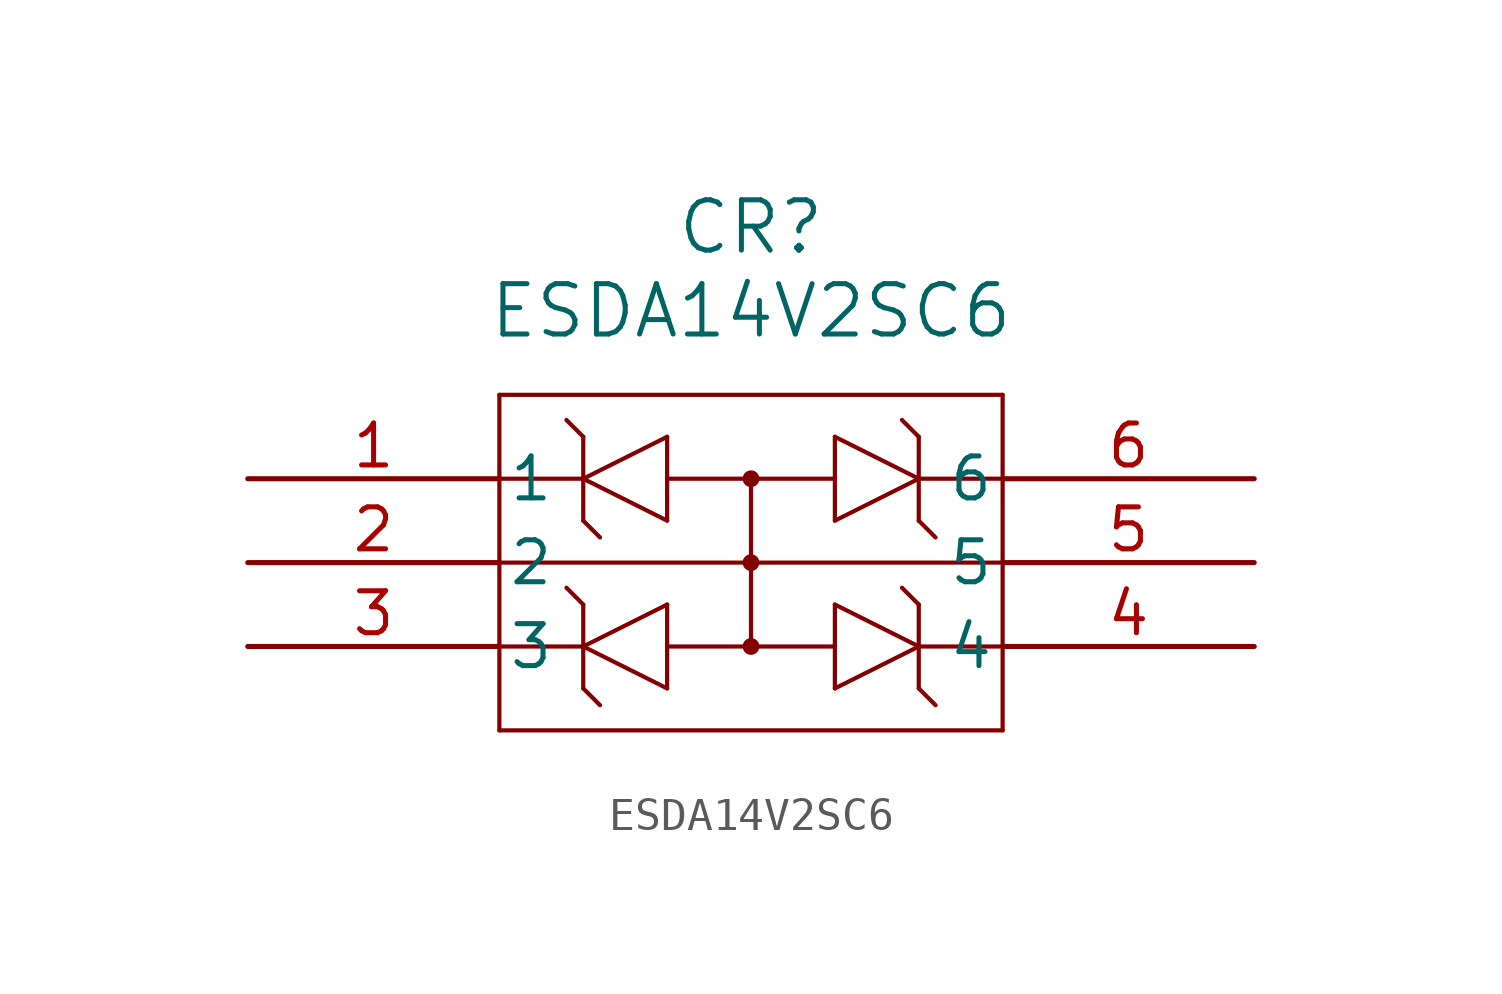
<source format=kicad_sym>
(kicad_symbol_lib
  (version 20211014)
  (generator kicad_symbol_editor)
  (symbol "ESDA14V2SC6"
    (pin_names
      (offset 0.254))
    (property "Reference" "CR"
      (at 15.24 7.62 0)
      (effects (font (size 1.524 1.524))))
    (property "Value" "ESDA14V2SC6"
      (at 15.24 5.08 0)
      (effects (font (size 1.524 1.524))))
    (symbol "ESDA14V2SC6_0_1"
      (polyline (pts (xy 7.62 2.54) (xy 7.62 -7.62)) (stroke (width 0.127) (type default) (color 0 0 0 0)) (fill (type none)))
      (polyline (pts (xy 15.24 0) (xy 15.24 -5.08)) (stroke (width 0.127) (type default) (color 0 0 0 0)) (fill (type none)))
      (polyline (pts (xy 22.86 -7.62) (xy 22.86 2.54)) (stroke (width 0.127) (type default) (color 0 0 0 0)) (fill (type none)))
      (polyline (pts (xy 22.86 2.54) (xy 7.62 2.54)) (stroke (width 0.127) (type default) (color 0 0 0 0)) (fill (type none)))
      (polyline (pts (xy 7.62 -7.62) (xy 22.86 -7.62)) (stroke (width 0.127) (type default) (color 0 0 0 0)) (fill (type none)))
      (polyline (pts (xy 15.24 -2.54) (xy 7.62 -2.54)) (stroke (width 0.127) (type default) (color 0 0 0 0)) (fill (type none)))
      (polyline (pts (xy 12.7 0) (xy 17.78 0)) (stroke (width 0.127) (type default) (color 0 0 0 0)) (fill (type none)))
      (polyline (pts (xy 12.7 -5.08) (xy 17.78 -5.08)) (stroke (width 0.127) (type default) (color 0 0 0 0)) (fill (type none)))
      (polyline (pts (xy 10.16 0) (xy 7.62 0)) (stroke (width 0.127) (type default) (color 0 0 0 0)) (fill (type none)))
      (polyline (pts (xy 7.62 -5.08) (xy 10.16 -5.08)) (stroke (width 0.127) (type default) (color 0 0 0 0)) (fill (type none)))
      (polyline (pts (xy 12.7 -3.81) (xy 12.7 -6.35)) (stroke (width 0.127) (type default) (color 0 0 0 0)) (fill (type none)))
      (polyline (pts (xy 12.7 -6.35) (xy 10.16 -5.08)) (stroke (width 0.127) (type default) (color 0 0 0 0)) (fill (type none)))
      (polyline (pts (xy 10.16 -5.08) (xy 12.7 -3.81)) (stroke (width 0.127) (type default) (color 0 0 0 0)) (fill (type none)))
      (polyline (pts (xy 10.16 -3.81) (xy 10.16 -6.35)) (stroke (width 0.127) (type default) (color 0 0 0 0)) (fill (type none)))
      (polyline (pts (xy 10.16 -3.81) (xy 9.652 -3.302)) (stroke (width 0.127) (type default) (color 0 0 0 0)) (fill (type none)))
      (polyline (pts (xy 10.16 -6.35) (xy 10.668 -6.858)) (stroke (width 0.127) (type default) (color 0 0 0 0)) (fill (type none)))
      (polyline (pts (xy 12.7 1.27) (xy 12.7 -1.27)) (stroke (width 0.127) (type default) (color 0 0 0 0)) (fill (type none)))
      (polyline (pts (xy 12.7 -1.27) (xy 10.16 0)) (stroke (width 0.127) (type default) (color 0 0 0 0)) (fill (type none)))
      (polyline (pts (xy 10.16 0) (xy 12.7 1.27)) (stroke (width 0.127) (type default) (color 0 0 0 0)) (fill (type none)))
      (polyline (pts (xy 10.16 1.27) (xy 10.16 -1.27)) (stroke (width 0.127) (type default) (color 0 0 0 0)) (fill (type none)))
      (polyline (pts (xy 10.16 1.27) (xy 9.652 1.778)) (stroke (width 0.127) (type default) (color 0 0 0 0)) (fill (type none)))
      (polyline (pts (xy 10.16 -1.27) (xy 10.668 -1.778)) (stroke (width 0.127) (type default) (color 0 0 0 0)) (fill (type none)))
      (polyline (pts (xy 20.32 0) (xy 22.86 0)) (stroke (width 0.127) (type default) (color 0 0 0 0)) (fill (type none)))
      (polyline (pts (xy 22.86 -5.08) (xy 20.32 -5.08)) (stroke (width 0.127) (type default) (color 0 0 0 0)) (fill (type none)))
      (polyline (pts (xy 17.78 -3.81) (xy 17.78 -6.35)) (stroke (width 0.127) (type default) (color 0 0 0 0)) (fill (type none)))
      (polyline (pts (xy 17.78 -6.35) (xy 20.32 -5.08)) (stroke (width 0.127) (type default) (color 0 0 0 0)) (fill (type none)))
      (polyline (pts (xy 20.32 -5.08) (xy 17.78 -3.81)) (stroke (width 0.127) (type default) (color 0 0 0 0)) (fill (type none)))
      (polyline (pts (xy 20.32 -3.81) (xy 20.32 -6.35)) (stroke (width 0.127) (type default) (color 0 0 0 0)) (fill (type none)))
      (polyline (pts (xy 20.32 -3.81) (xy 19.812 -3.302)) (stroke (width 0.127) (type default) (color 0 0 0 0)) (fill (type none)))
      (polyline (pts (xy 20.32 -6.35) (xy 20.828 -6.858)) (stroke (width 0.127) (type default) (color 0 0 0 0)) (fill (type none)))
      (polyline (pts (xy 17.78 1.27) (xy 17.78 -1.27)) (stroke (width 0.127) (type default) (color 0 0 0 0)) (fill (type none)))
      (polyline (pts (xy 17.78 -1.27) (xy 20.32 0)) (stroke (width 0.127) (type default) (color 0 0 0 0)) (fill (type none)))
      (polyline (pts (xy 20.32 0) (xy 17.78 1.27)) (stroke (width 0.127) (type default) (color 0 0 0 0)) (fill (type none)))
      (polyline (pts (xy 20.32 1.27) (xy 20.32 -1.27)) (stroke (width 0.127) (type default) (color 0 0 0 0)) (fill (type none)))
      (polyline (pts (xy 20.32 1.27) (xy 19.812 1.778)) (stroke (width 0.127) (type default) (color 0 0 0 0)) (fill (type none)))
      (polyline (pts (xy 20.32 -1.27) (xy 20.828 -1.778)) (stroke (width 0.127) (type default) (color 0 0 0 0)) (fill (type none)))
      (circle (center 15.24 0) (radius 0.127) (stroke (width 0.254) (type default) (color 0 0 0 0)) (fill (type none)))
      (circle (center 15.24 -2.54) (radius 0.127) (stroke (width 0.254) (type default) (color 0 0 0 0)) (fill (type none)))
      (circle (center 15.24 -5.08) (radius 0.127) (stroke (width 0.254) (type default) (color 0 0 0 0)) (fill (type none)))
      (polyline (pts (xy 15.24 -2.54) (xy 22.86 -2.54)) (stroke (width 0.127) (type default) (color 0 0 0 0)) (fill (type none)))
      (pin unspecified line (at 0 0 0) (length 7.62) (name "1" (effects (font (size 1.27 1.27)))) (number "1" (effects (font (size 1.27 1.27)))))
      (pin unspecified line (at 0 -2.54 0) (length 7.62) (name "2" (effects (font (size 1.27 1.27)))) (number "2" (effects (font (size 1.27 1.27)))))
      (pin unspecified line (at 0 -5.08 0) (length 7.62) (name "3" (effects (font (size 1.27 1.27)))) (number "3" (effects (font (size 1.27 1.27)))))
      (pin unspecified line (at 30.48 -5.08 180) (length 7.62) (name "4" (effects (font (size 1.27 1.27)))) (number "4" (effects (font (size 1.27 1.27)))))
      (pin unspecified line (at 30.48 -2.54 180) (length 7.62) (name "5" (effects (font (size 1.27 1.27)))) (number "5" (effects (font (size 1.27 1.27)))))
      (pin unspecified line (at 30.48 0 180) (length 7.62) (name "6" (effects (font (size 1.27 1.27)))) (number "6" (effects (font (size 1.27 1.27))))))))
</source>
